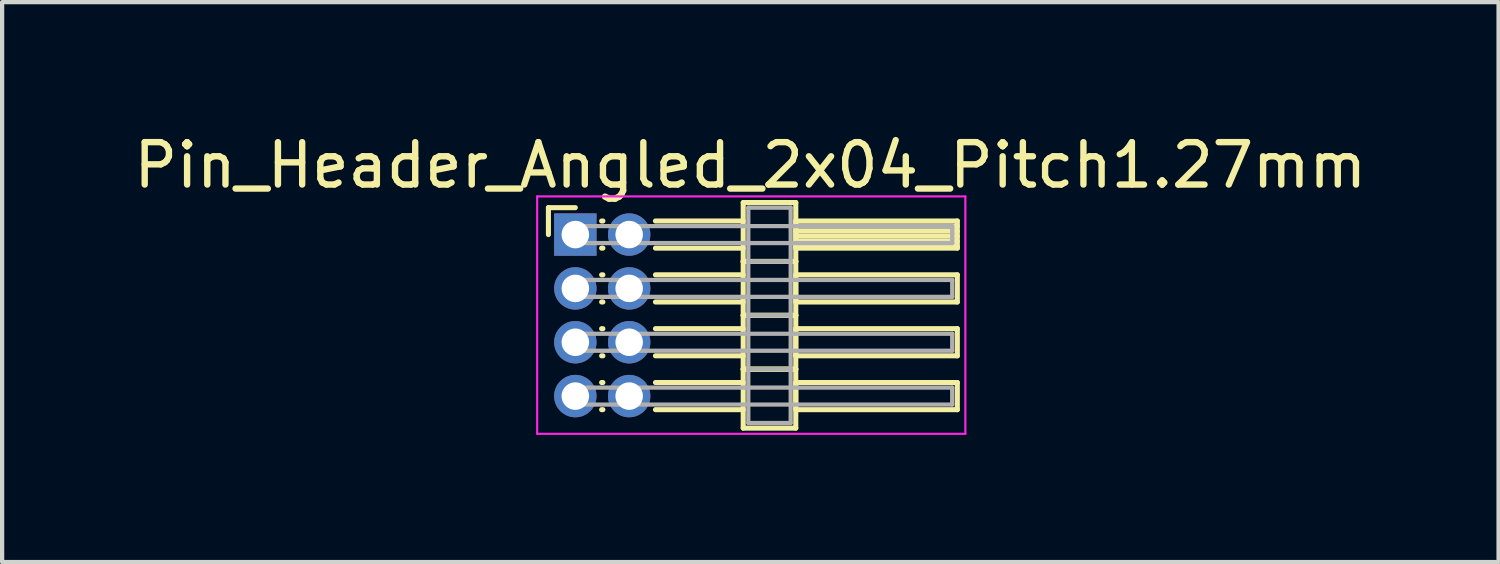
<source format=kicad_pcb>
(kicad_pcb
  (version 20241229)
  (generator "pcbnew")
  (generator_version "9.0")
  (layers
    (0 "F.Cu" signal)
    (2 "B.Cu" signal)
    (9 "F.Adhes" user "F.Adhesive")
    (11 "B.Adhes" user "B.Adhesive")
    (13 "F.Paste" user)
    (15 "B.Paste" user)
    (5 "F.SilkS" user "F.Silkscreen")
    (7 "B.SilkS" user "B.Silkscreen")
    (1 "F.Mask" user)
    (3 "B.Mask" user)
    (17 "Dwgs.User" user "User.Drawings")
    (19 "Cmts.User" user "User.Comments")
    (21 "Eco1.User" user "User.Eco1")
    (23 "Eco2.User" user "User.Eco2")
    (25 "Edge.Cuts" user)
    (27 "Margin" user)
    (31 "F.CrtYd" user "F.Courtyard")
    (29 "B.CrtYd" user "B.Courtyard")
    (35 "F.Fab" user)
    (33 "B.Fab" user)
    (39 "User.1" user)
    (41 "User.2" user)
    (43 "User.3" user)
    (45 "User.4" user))
  (footprint "Pin_Header_Angled_2x04_Pitch1.27mm"
    (layer "F.Cu")
    (at 10.521 2.483)
    (property "Reference" "Pin_Header_Angled_2x04_Pitch1.27mm" (at 4.128 -1.635 0) (layer "F.SilkS") (effects (font (size 1 1) (thickness 0.15))))
    (attr through_hole)
    (fp_line (start -0.635 -0.635) (end 0 -0.635) (stroke (width 0.12) (type solid)) (layer "F.SilkS"))
    (fp_line (start -0.635 0) (end -0.635 -0.635) (stroke (width 0.12) (type solid)) (layer "F.SilkS"))
    (fp_line (start 0.62 -0.32) (end 0.65 -0.32) (stroke (width 0.12) (type solid)) (layer "F.SilkS"))
    (fp_line (start 0.62 0.32) (end 0.65 0.32) (stroke (width 0.12) (type solid)) (layer "F.SilkS"))
    (fp_line (start 0.62 0.95) (end 0.65 0.95) (stroke (width 0.12) (type solid)) (layer "F.SilkS"))
    (fp_line (start 0.62 1.59) (end 0.65 1.59) (stroke (width 0.12) (type solid)) (layer "F.SilkS"))
    (fp_line (start 0.62 2.22) (end 0.65 2.22) (stroke (width 0.12) (type solid)) (layer "F.SilkS"))
    (fp_line (start 0.62 2.86) (end 0.65 2.86) (stroke (width 0.12) (type solid)) (layer "F.SilkS"))
    (fp_line (start 0.62 3.49) (end 0.65 3.49) (stroke (width 0.12) (type solid)) (layer "F.SilkS"))
    (fp_line (start 0.62 4.13) (end 0.65 4.13) (stroke (width 0.12) (type solid)) (layer "F.SilkS"))
    (fp_line (start 1.89 -0.32) (end 3.96 -0.32) (stroke (width 0.12) (type solid)) (layer "F.SilkS"))
    (fp_line (start 1.89 0.32) (end 3.96 0.32) (stroke (width 0.12) (type solid)) (layer "F.SilkS"))
    (fp_line (start 1.89 0.95) (end 3.96 0.95) (stroke (width 0.12) (type solid)) (layer "F.SilkS"))
    (fp_line (start 1.89 1.59) (end 3.96 1.59) (stroke (width 0.12) (type solid)) (layer "F.SilkS"))
    (fp_line (start 1.89 2.22) (end 3.96 2.22) (stroke (width 0.12) (type solid)) (layer "F.SilkS"))
    (fp_line (start 1.89 2.86) (end 3.96 2.86) (stroke (width 0.12) (type solid)) (layer "F.SilkS"))
    (fp_line (start 1.89 3.49) (end 3.96 3.49) (stroke (width 0.12) (type solid)) (layer "F.SilkS"))
    (fp_line (start 1.89 4.13) (end 3.96 4.13) (stroke (width 0.12) (type solid)) (layer "F.SilkS"))
    (fp_line (start 3.96 -0.755) (end 3.96 0.635) (stroke (width 0.12) (type solid)) (layer "F.SilkS"))
    (fp_line (start 3.96 0.635) (end 3.96 1.905) (stroke (width 0.12) (type solid)) (layer "F.SilkS"))
    (fp_line (start 3.96 0.635) (end 5.2 0.635) (stroke (width 0.12) (type solid)) (layer "F.SilkS"))
    (fp_line (start 3.96 1.905) (end 3.96 3.175) (stroke (width 0.12) (type solid)) (layer "F.SilkS"))
    (fp_line (start 3.96 1.905) (end 5.2 1.905) (stroke (width 0.12) (type solid)) (layer "F.SilkS"))
    (fp_line (start 3.96 3.175) (end 3.96 4.565) (stroke (width 0.12) (type solid)) (layer "F.SilkS"))
    (fp_line (start 3.96 3.175) (end 5.2 3.175) (stroke (width 0.12) (type solid)) (layer "F.SilkS"))
    (fp_line (start 3.96 4.565) (end 5.2 4.565) (stroke (width 0.12) (type solid)) (layer "F.SilkS"))
    (fp_line (start 5.2 -0.755) (end 3.96 -0.755) (stroke (width 0.12) (type solid)) (layer "F.SilkS"))
    (fp_line (start 5.2 -0.32) (end 5.2 0.32) (stroke (width 0.12) (type solid)) (layer "F.SilkS"))
    (fp_line (start 5.2 -0.2) (end 9.01 -0.2) (stroke (width 0.12) (type solid)) (layer "F.SilkS"))
    (fp_line (start 5.2 -0.08) (end 9.01 -0.08) (stroke (width 0.12) (type solid)) (layer "F.SilkS"))
    (fp_line (start 5.2 0.04) (end 9.01 0.04) (stroke (width 0.12) (type solid)) (layer "F.SilkS"))
    (fp_line (start 5.2 0.16) (end 9.01 0.16) (stroke (width 0.12) (type solid)) (layer "F.SilkS"))
    (fp_line (start 5.2 0.28) (end 9.01 0.28) (stroke (width 0.12) (type solid)) (layer "F.SilkS"))
    (fp_line (start 5.2 0.32) (end 9.01 0.32) (stroke (width 0.12) (type solid)) (layer "F.SilkS"))
    (fp_line (start 5.2 0.635) (end 3.96 0.635) (stroke (width 0.12) (type solid)) (layer "F.SilkS"))
    (fp_line (start 5.2 0.635) (end 5.2 -0.755) (stroke (width 0.12) (type solid)) (layer "F.SilkS"))
    (fp_line (start 5.2 0.95) (end 5.2 1.59) (stroke (width 0.12) (type solid)) (layer "F.SilkS"))
    (fp_line (start 5.2 1.59) (end 9.01 1.59) (stroke (width 0.12) (type solid)) (layer "F.SilkS"))
    (fp_line (start 5.2 1.905) (end 3.96 1.905) (stroke (width 0.12) (type solid)) (layer "F.SilkS"))
    (fp_line (start 5.2 1.905) (end 5.2 0.635) (stroke (width 0.12) (type solid)) (layer "F.SilkS"))
    (fp_line (start 5.2 2.22) (end 5.2 2.86) (stroke (width 0.12) (type solid)) (layer "F.SilkS"))
    (fp_line (start 5.2 2.86) (end 9.01 2.86) (stroke (width 0.12) (type solid)) (layer "F.SilkS"))
    (fp_line (start 5.2 3.175) (end 3.96 3.175) (stroke (width 0.12) (type solid)) (layer "F.SilkS"))
    (fp_line (start 5.2 3.175) (end 5.2 1.905) (stroke (width 0.12) (type solid)) (layer "F.SilkS"))
    (fp_line (start 5.2 3.49) (end 5.2 4.13) (stroke (width 0.12) (type solid)) (layer "F.SilkS"))
    (fp_line (start 5.2 4.13) (end 9.01 4.13) (stroke (width 0.12) (type solid)) (layer "F.SilkS"))
    (fp_line (start 5.2 4.565) (end 5.2 3.175) (stroke (width 0.12) (type solid)) (layer "F.SilkS"))
    (fp_line (start 9.01 -0.32) (end 5.2 -0.32) (stroke (width 0.12) (type solid)) (layer "F.SilkS"))
    (fp_line (start 9.01 0.32) (end 9.01 -0.32) (stroke (width 0.12) (type solid)) (layer "F.SilkS"))
    (fp_line (start 9.01 0.95) (end 5.2 0.95) (stroke (width 0.12) (type solid)) (layer "F.SilkS"))
    (fp_line (start 9.01 1.59) (end 9.01 0.95) (stroke (width 0.12) (type solid)) (layer "F.SilkS"))
    (fp_line (start 9.01 2.22) (end 5.2 2.22) (stroke (width 0.12) (type solid)) (layer "F.SilkS"))
    (fp_line (start 9.01 2.86) (end 9.01 2.22) (stroke (width 0.12) (type solid)) (layer "F.SilkS"))
    (fp_line (start 9.01 3.49) (end 5.2 3.49) (stroke (width 0.12) (type solid)) (layer "F.SilkS"))
    (fp_line (start 9.01 4.13) (end 9.01 3.49) (stroke (width 0.12) (type solid)) (layer "F.SilkS"))
    (fp_line (start -0.9 -0.9) (end -0.9 4.7) (stroke (width 0.05) (type solid)) (layer "F.CrtYd"))
    (fp_line (start -0.9 4.7) (end 9.2 4.7) (stroke (width 0.05) (type solid)) (layer "F.CrtYd"))
    (fp_line (start 9.2 -0.9) (end -0.9 -0.9) (stroke (width 0.05) (type solid)) (layer "F.CrtYd"))
    (fp_line (start 9.2 4.7) (end 9.2 -0.9) (stroke (width 0.05) (type solid)) (layer "F.CrtYd"))
    (fp_line (start 0 -0.2) (end 0 0.2) (stroke (width 0.1) (type solid)) (layer "F.Fab"))
    (fp_line (start 0 0.2) (end 8.89 0.2) (stroke (width 0.1) (type solid)) (layer "F.Fab"))
    (fp_line (start 0 1.07) (end 0 1.47) (stroke (width 0.1) (type solid)) (layer "F.Fab"))
    (fp_line (start 0 1.47) (end 8.89 1.47) (stroke (width 0.1) (type solid)) (layer "F.Fab"))
    (fp_line (start 0 2.34) (end 0 2.74) (stroke (width 0.1) (type solid)) (layer "F.Fab"))
    (fp_line (start 0 2.74) (end 8.89 2.74) (stroke (width 0.1) (type solid)) (layer "F.Fab"))
    (fp_line (start 0 3.61) (end 0 4.01) (stroke (width 0.1) (type solid)) (layer "F.Fab"))
    (fp_line (start 0 4.01) (end 8.89 4.01) (stroke (width 0.1) (type solid)) (layer "F.Fab"))
    (fp_line (start 4.08 -0.635) (end 4.08 0.635) (stroke (width 0.1) (type solid)) (layer "F.Fab"))
    (fp_line (start 4.08 0.635) (end 4.08 1.905) (stroke (width 0.1) (type solid)) (layer "F.Fab"))
    (fp_line (start 4.08 0.635) (end 5.08 0.635) (stroke (width 0.1) (type solid)) (layer "F.Fab"))
    (fp_line (start 4.08 1.905) (end 4.08 3.175) (stroke (width 0.1) (type solid)) (layer "F.Fab"))
    (fp_line (start 4.08 1.905) (end 5.08 1.905) (stroke (width 0.1) (type solid)) (layer "F.Fab"))
    (fp_line (start 4.08 3.175) (end 4.08 4.445) (stroke (width 0.1) (type solid)) (layer "F.Fab"))
    (fp_line (start 4.08 3.175) (end 5.08 3.175) (stroke (width 0.1) (type solid)) (layer "F.Fab"))
    (fp_line (start 4.08 4.445) (end 5.08 4.445) (stroke (width 0.1) (type solid)) (layer "F.Fab"))
    (fp_line (start 5.08 -0.635) (end 4.08 -0.635) (stroke (width 0.1) (type solid)) (layer "F.Fab"))
    (fp_line (start 5.08 0.635) (end 4.08 0.635) (stroke (width 0.1) (type solid)) (layer "F.Fab"))
    (fp_line (start 5.08 0.635) (end 5.08 -0.635) (stroke (width 0.1) (type solid)) (layer "F.Fab"))
    (fp_line (start 5.08 1.905) (end 4.08 1.905) (stroke (width 0.1) (type solid)) (layer "F.Fab"))
    (fp_line (start 5.08 1.905) (end 5.08 0.635) (stroke (width 0.1) (type solid)) (layer "F.Fab"))
    (fp_line (start 5.08 3.175) (end 4.08 3.175) (stroke (width 0.1) (type solid)) (layer "F.Fab"))
    (fp_line (start 5.08 3.175) (end 5.08 1.905) (stroke (width 0.1) (type solid)) (layer "F.Fab"))
    (fp_line (start 5.08 4.445) (end 5.08 3.175) (stroke (width 0.1) (type solid)) (layer "F.Fab"))
    (fp_line (start 8.89 -0.2) (end 0 -0.2) (stroke (width 0.1) (type solid)) (layer "F.Fab"))
    (fp_line (start 8.89 0.2) (end 8.89 -0.2) (stroke (width 0.1) (type solid)) (layer "F.Fab"))
    (fp_line (start 8.89 1.07) (end 0 1.07) (stroke (width 0.1) (type solid)) (layer "F.Fab"))
    (fp_line (start 8.89 1.47) (end 8.89 1.07) (stroke (width 0.1) (type solid)) (layer "F.Fab"))
    (fp_line (start 8.89 2.34) (end 0 2.34) (stroke (width 0.1) (type solid)) (layer "F.Fab"))
    (fp_line (start 8.89 2.74) (end 8.89 2.34) (stroke (width 0.1) (type solid)) (layer "F.Fab"))
    (fp_line (start 8.89 3.61) (end 0 3.61) (stroke (width 0.1) (type solid)) (layer "F.Fab"))
    (fp_line (start 8.89 4.01) (end 8.89 3.61) (stroke (width 0.1) (type solid)) (layer "F.Fab"))
    (pad "1" thru_hole rect (at 0 0) (size 1 1) (drill 0.65) (layers "*.Cu" "*.Mask"))
    (pad "2" thru_hole oval (at 1.27 0) (size 1 1) (drill 0.65) (layers "*.Cu" "*.Mask"))
    (pad "3" thru_hole oval (at 0 1.27) (size 1 1) (drill 0.65) (layers "*.Cu" "*.Mask"))
    (pad "4" thru_hole oval (at 1.27 1.27) (size 1 1) (drill 0.65) (layers "*.Cu" "*.Mask"))
    (pad "5" thru_hole oval (at 0 2.54) (size 1 1) (drill 0.65) (layers "*.Cu" "*.Mask"))
    (pad "6" thru_hole oval (at 1.27 2.54) (size 1 1) (drill 0.65) (layers "*.Cu" "*.Mask"))
    (pad "7" thru_hole oval (at 0 3.81) (size 1 1) (drill 0.65) (layers "*.Cu" "*.Mask"))
    (pad "8" thru_hole oval (at 1.27 3.81) (size 1 1) (drill 0.65) (layers "*.Cu" "*.Mask")))
  (gr_rect
    (start -3 -3)
    (end 32.298 10.208)
    (stroke (width 0.1) (type default))
    (fill no)
    (layer "Edge.Cuts")))
</source>
